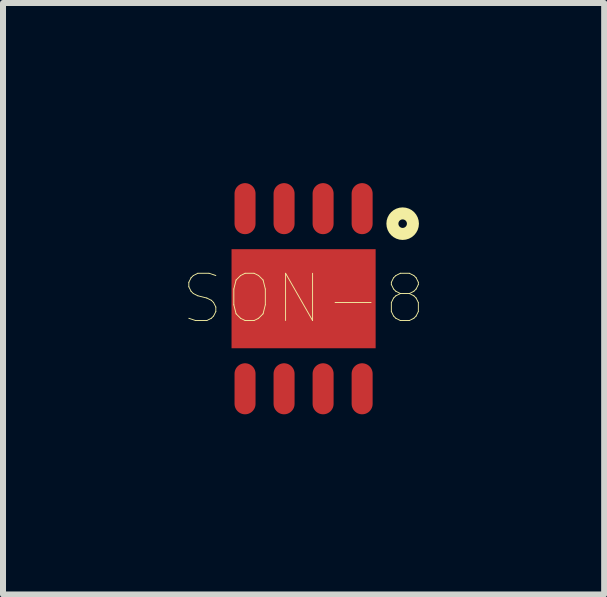
<source format=kicad_pcb>
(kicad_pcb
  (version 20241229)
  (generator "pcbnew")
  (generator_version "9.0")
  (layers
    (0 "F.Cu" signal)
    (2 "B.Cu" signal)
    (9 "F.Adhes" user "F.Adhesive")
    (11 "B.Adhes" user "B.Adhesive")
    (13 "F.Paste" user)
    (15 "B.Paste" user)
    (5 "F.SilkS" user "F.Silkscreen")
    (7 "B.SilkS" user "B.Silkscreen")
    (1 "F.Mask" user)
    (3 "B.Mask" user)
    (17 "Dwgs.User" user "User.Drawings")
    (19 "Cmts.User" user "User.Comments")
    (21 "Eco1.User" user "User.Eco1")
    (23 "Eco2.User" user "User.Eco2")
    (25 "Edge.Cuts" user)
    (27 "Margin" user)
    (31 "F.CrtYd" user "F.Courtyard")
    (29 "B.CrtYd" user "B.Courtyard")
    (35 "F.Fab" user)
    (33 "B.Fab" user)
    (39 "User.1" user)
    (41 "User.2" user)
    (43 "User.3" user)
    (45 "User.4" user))
  (footprint "SON-8"
    (layer "F.Cu")
    (at 2.006 1.925)
    (property "Reference" "SON-8" (at 0 0 0) (layer "F.SilkS") (effects (font (size 0.787 0.787) (thickness 0.015))))
    (attr through_hole)
    (fp_circle (center 1.65 -1.25) (end 1.721 -1.25) (stroke (width 0.2) (type solid)) (fill no) (layer "F.SilkS"))
    (fp_poly (pts (xy -1.1 -0.7) (xy -0.1 -0.7) (xy -0.1 -0.1) (xy -1.1 -0.1)) (stroke (width 0.01) (type solid)) (fill yes) (layer "F.Paste"))
    (fp_poly (pts (xy -1.1 0.1) (xy -0.1 0.1) (xy -0.1 0.7) (xy -1.1 0.7)) (stroke (width 0.01) (type solid)) (fill yes) (layer "F.Paste"))
    (fp_poly (pts (xy 0.1 -0.7) (xy 1.1 -0.7) (xy 1.1 -0.1) (xy 0.1 -0.1)) (stroke (width 0.01) (type solid)) (fill yes) (layer "F.Paste"))
    (fp_poly (pts (xy 0.1 0.1) (xy 1.1 0.1) (xy 1.1 0.7) (xy 0.1 0.7)) (stroke (width 0.01) (type solid)) (fill yes) (layer "F.Paste"))
    (pad "1" smd oval (at 0.975 -1.5) (size 0.35 0.85) (layers "F.Cu" "F.Mask" "F.Paste"))
    (pad "2" smd oval (at 0.325 -1.5) (size 0.35 0.85) (layers "F.Cu" "F.Mask" "F.Paste"))
    (pad "3" smd oval (at -0.325 -1.5) (size 0.35 0.85) (layers "F.Cu" "F.Mask" "F.Paste"))
    (pad "4" smd oval (at -0.975 -1.5) (size 0.35 0.85) (layers "F.Cu" "F.Mask" "F.Paste"))
    (pad "5" smd oval (at -0.975 1.5) (size 0.35 0.85) (layers "F.Cu" "F.Mask" "F.Paste"))
    (pad "6" smd oval (at -0.325 1.5) (size 0.35 0.85) (layers "F.Cu" "F.Mask" "F.Paste"))
    (pad "7" smd oval (at 0.325 1.5) (size 0.35 0.85) (layers "F.Cu" "F.Mask" "F.Paste"))
    (pad "8" smd oval (at 0.975 1.5) (size 0.35 0.85) (layers "F.Cu" "F.Mask" "F.Paste"))
    (pad "PAD" smd rect (at 0 0) (size 2.4 1.65) (layers "F.Cu" "F.Mask")))
  (gr_rect
    (start -3 -3)
    (end 7.012 6.85)
    (stroke (width 0.1) (type default))
    (fill no)
    (layer "Edge.Cuts")))
</source>
